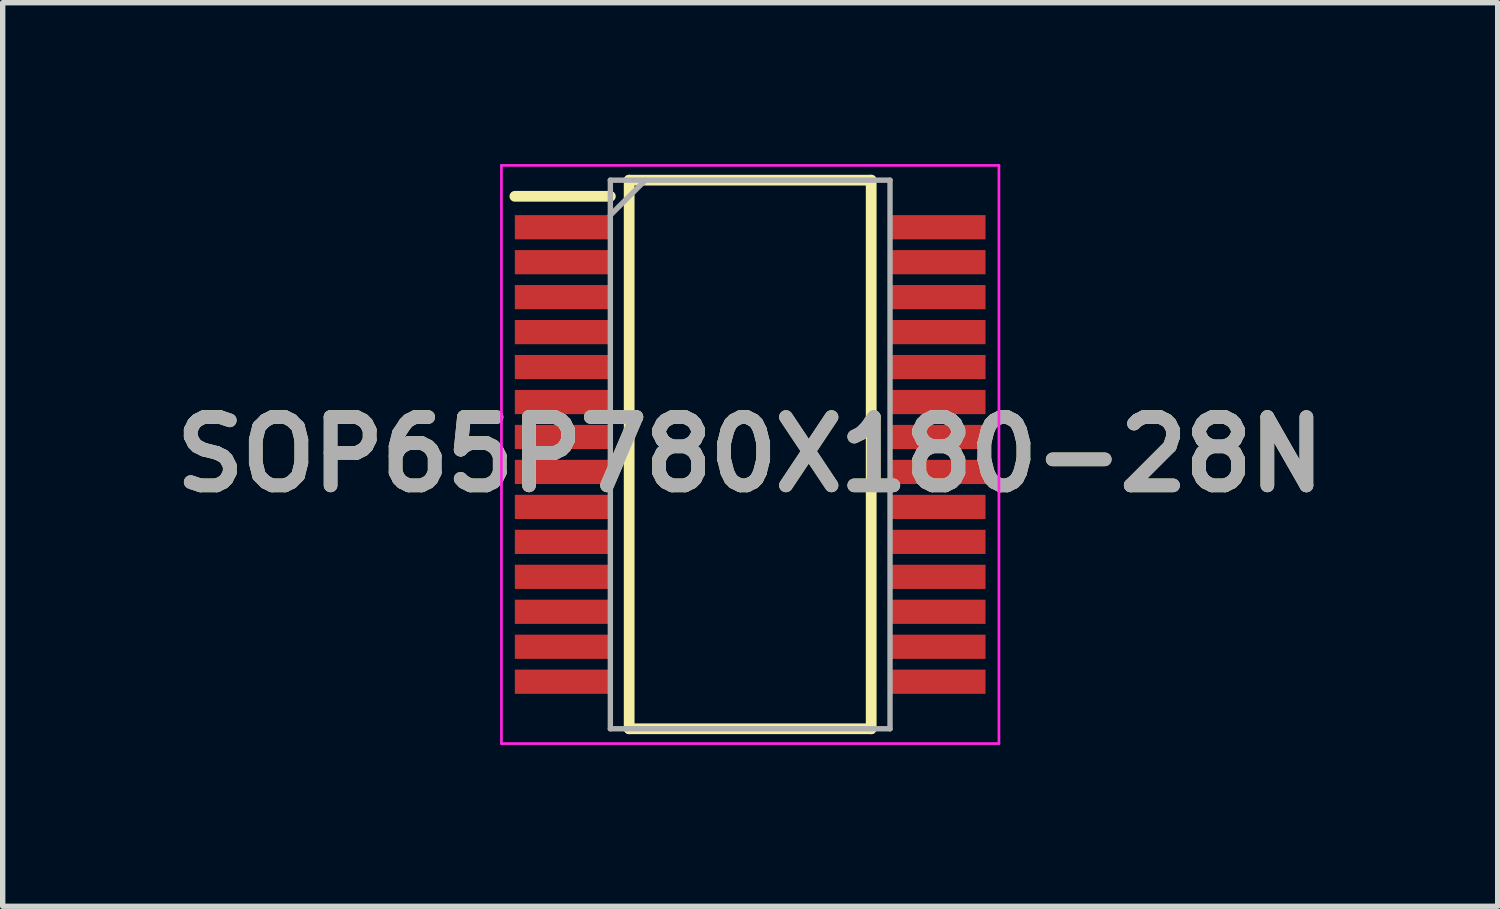
<source format=kicad_pcb>
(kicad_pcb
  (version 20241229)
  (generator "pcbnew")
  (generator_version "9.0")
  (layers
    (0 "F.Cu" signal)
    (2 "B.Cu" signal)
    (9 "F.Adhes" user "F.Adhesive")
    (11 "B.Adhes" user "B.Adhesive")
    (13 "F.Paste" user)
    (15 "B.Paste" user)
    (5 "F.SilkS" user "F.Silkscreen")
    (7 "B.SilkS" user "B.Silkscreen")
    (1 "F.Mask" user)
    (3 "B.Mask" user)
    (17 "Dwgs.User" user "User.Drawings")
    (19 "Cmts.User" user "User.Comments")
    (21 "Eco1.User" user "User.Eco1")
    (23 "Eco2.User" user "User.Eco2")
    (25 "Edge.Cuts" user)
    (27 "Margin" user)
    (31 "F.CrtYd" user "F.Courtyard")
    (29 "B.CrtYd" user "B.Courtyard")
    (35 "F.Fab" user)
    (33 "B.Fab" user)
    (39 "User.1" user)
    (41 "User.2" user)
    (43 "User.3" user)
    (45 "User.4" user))
  (footprint "SOP65P780X180-28N"
    (layer "F.Cu")
    (at 10.898 5.4)
    (property "Reference" "SOP65P780X180-28N" (at 0 0 0) (layer "F.SilkS") (effects (font (size 1.27 1.27) (thickness 0.254))))
    (attr smd)
    (fp_line (start -4.375 -4.8) (end -2.6 -4.8) (stroke (width 0.2) (type solid)) (layer "F.SilkS"))
    (fp_line (start -2.25 -5.1) (end 2.25 -5.1) (stroke (width 0.2) (type solid)) (layer "F.SilkS"))
    (fp_line (start -2.25 5.1) (end -2.25 -5.1) (stroke (width 0.2) (type solid)) (layer "F.SilkS"))
    (fp_line (start 2.25 -5.1) (end 2.25 5.1) (stroke (width 0.2) (type solid)) (layer "F.SilkS"))
    (fp_line (start 2.25 5.1) (end -2.25 5.1) (stroke (width 0.2) (type solid)) (layer "F.SilkS"))
    (fp_line (start -4.625 -5.375) (end 4.625 -5.375) (stroke (width 0.05) (type solid)) (layer "F.CrtYd"))
    (fp_line (start -4.625 5.375) (end -4.625 -5.375) (stroke (width 0.05) (type solid)) (layer "F.CrtYd"))
    (fp_line (start 4.625 -5.375) (end 4.625 5.375) (stroke (width 0.05) (type solid)) (layer "F.CrtYd"))
    (fp_line (start 4.625 5.375) (end -4.625 5.375) (stroke (width 0.05) (type solid)) (layer "F.CrtYd"))
    (fp_line (start -2.6 -5.1) (end 2.6 -5.1) (stroke (width 0.1) (type solid)) (layer "F.Fab"))
    (fp_line (start -2.6 -4.45) (end -1.95 -5.1) (stroke (width 0.1) (type solid)) (layer "F.Fab"))
    (fp_line (start -2.6 5.1) (end -2.6 -5.1) (stroke (width 0.1) (type solid)) (layer "F.Fab"))
    (fp_line (start 2.6 -5.1) (end 2.6 5.1) (stroke (width 0.1) (type solid)) (layer "F.Fab"))
    (fp_line (start 2.6 5.1) (end -2.6 5.1) (stroke (width 0.1) (type solid)) (layer "F.Fab"))
    (fp_text user "${REFERENCE}" (at 0 0 0) (layer "F.Fab") (effects (font (size 1.27 1.27) (thickness 0.254))))
    (pad "1" smd rect (at -3.488 -4.225 90) (size 0.45 1.775) (layers "F.Cu" "F.Mask" "F.Paste"))
    (pad "2" smd rect (at -3.488 -3.575 90) (size 0.45 1.775) (layers "F.Cu" "F.Mask" "F.Paste"))
    (pad "3" smd rect (at -3.488 -2.925 90) (size 0.45 1.775) (layers "F.Cu" "F.Mask" "F.Paste"))
    (pad "4" smd rect (at -3.488 -2.275 90) (size 0.45 1.775) (layers "F.Cu" "F.Mask" "F.Paste"))
    (pad "5" smd rect (at -3.488 -1.625 90) (size 0.45 1.775) (layers "F.Cu" "F.Mask" "F.Paste"))
    (pad "6" smd rect (at -3.488 -0.975 90) (size 0.45 1.775) (layers "F.Cu" "F.Mask" "F.Paste"))
    (pad "7" smd rect (at -3.488 -0.325 90) (size 0.45 1.775) (layers "F.Cu" "F.Mask" "F.Paste"))
    (pad "8" smd rect (at -3.488 0.325 90) (size 0.45 1.775) (layers "F.Cu" "F.Mask" "F.Paste"))
    (pad "9" smd rect (at -3.488 0.975 90) (size 0.45 1.775) (layers "F.Cu" "F.Mask" "F.Paste"))
    (pad "10" smd rect (at -3.488 1.625 90) (size 0.45 1.775) (layers "F.Cu" "F.Mask" "F.Paste"))
    (pad "11" smd rect (at -3.488 2.275 90) (size 0.45 1.775) (layers "F.Cu" "F.Mask" "F.Paste"))
    (pad "12" smd rect (at -3.488 2.925 90) (size 0.45 1.775) (layers "F.Cu" "F.Mask" "F.Paste"))
    (pad "13" smd rect (at -3.488 3.575 90) (size 0.45 1.775) (layers "F.Cu" "F.Mask" "F.Paste"))
    (pad "14" smd rect (at -3.488 4.225 90) (size 0.45 1.775) (layers "F.Cu" "F.Mask" "F.Paste"))
    (pad "15" smd rect (at 3.488 4.225 90) (size 0.45 1.775) (layers "F.Cu" "F.Mask" "F.Paste"))
    (pad "16" smd rect (at 3.488 3.575 90) (size 0.45 1.775) (layers "F.Cu" "F.Mask" "F.Paste"))
    (pad "17" smd rect (at 3.488 2.925 90) (size 0.45 1.775) (layers "F.Cu" "F.Mask" "F.Paste"))
    (pad "18" smd rect (at 3.488 2.275 90) (size 0.45 1.775) (layers "F.Cu" "F.Mask" "F.Paste"))
    (pad "19" smd rect (at 3.488 1.625 90) (size 0.45 1.775) (layers "F.Cu" "F.Mask" "F.Paste"))
    (pad "20" smd rect (at 3.488 0.975 90) (size 0.45 1.775) (layers "F.Cu" "F.Mask" "F.Paste"))
    (pad "21" smd rect (at 3.488 0.325 90) (size 0.45 1.775) (layers "F.Cu" "F.Mask" "F.Paste"))
    (pad "22" smd rect (at 3.488 -0.325 90) (size 0.45 1.775) (layers "F.Cu" "F.Mask" "F.Paste"))
    (pad "23" smd rect (at 3.488 -0.975 90) (size 0.45 1.775) (layers "F.Cu" "F.Mask" "F.Paste"))
    (pad "24" smd rect (at 3.488 -1.625 90) (size 0.45 1.775) (layers "F.Cu" "F.Mask" "F.Paste"))
    (pad "25" smd rect (at 3.488 -2.275 90) (size 0.45 1.775) (layers "F.Cu" "F.Mask" "F.Paste"))
    (pad "26" smd rect (at 3.488 -2.925 90) (size 0.45 1.775) (layers "F.Cu" "F.Mask" "F.Paste"))
    (pad "27" smd rect (at 3.488 -3.575 90) (size 0.45 1.775) (layers "F.Cu" "F.Mask" "F.Paste"))
    (pad "28" smd rect (at 3.488 -4.225 90) (size 0.45 1.775) (layers "F.Cu" "F.Mask" "F.Paste")))
  (gr_rect
    (start -3 -3)
    (end 24.796 13.8)
    (stroke (width 0.1) (type default))
    (fill no)
    (layer "Edge.Cuts")))
</source>
